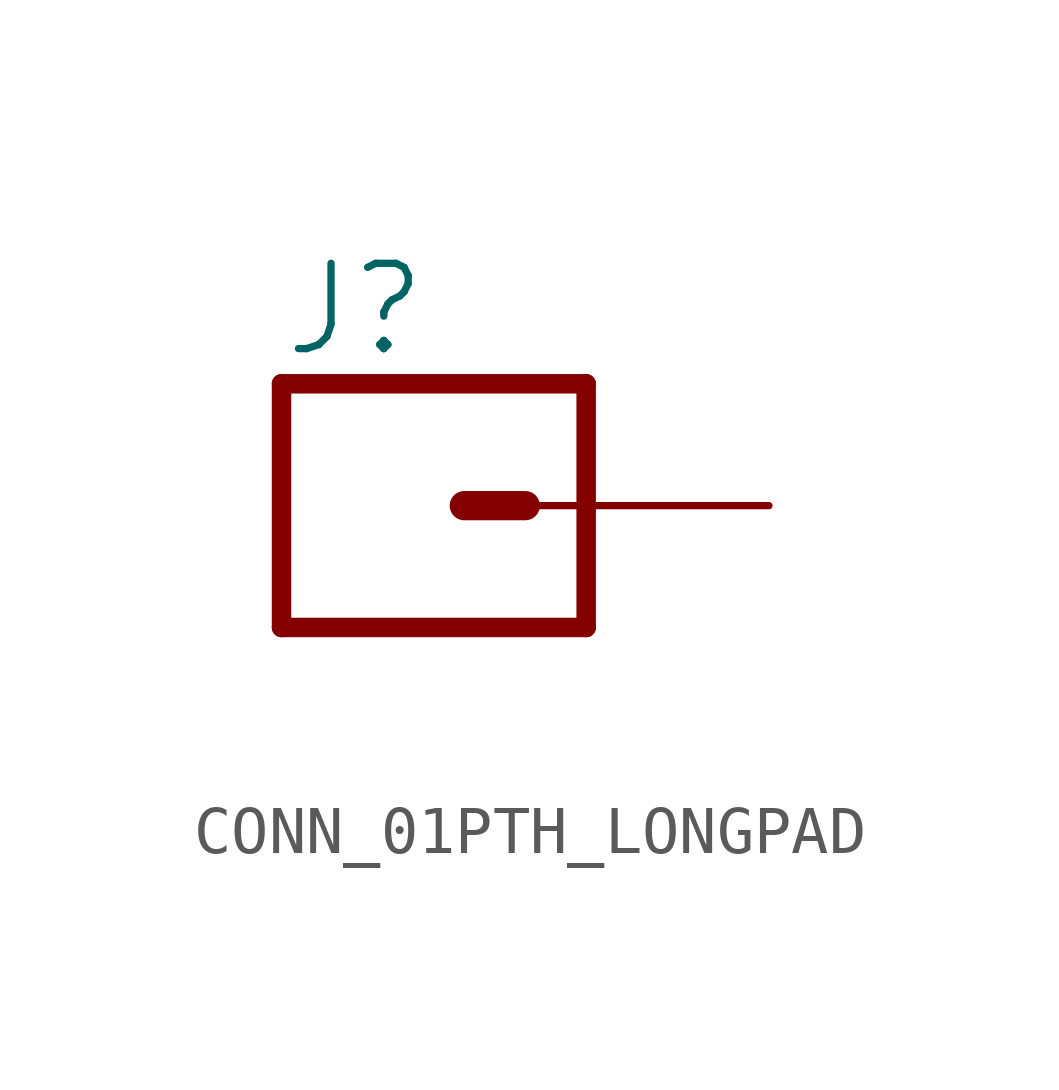
<source format=kicad_sym>
(kicad_symbol_lib
  (version 20220914)
  (generator kicad_symbol_editor)
  (symbol "CONN_01PTH_LONGPAD"
    (property "Reference" "J"
      (at -2.54 3.048 0)
      (effects (font (size 1.778 1.778)) (justify left bottom)))
    (property "Value" ""
      (at -2.54 -4.826 0)
      (effects (font (size 1.778 1.778)) (justify left bottom)))
    (property "ki_locked" ""
      (at 0 0 0)
      (effects (font (size 1.27 1.27))))
    (symbol "CONN_01PTH_LONGPAD_1_0"
      (polyline (pts (xy -2.54 2.54) (xy -2.54 -2.54)) (stroke (width 0.406) (type solid)) (fill (type none)))
      (polyline (pts (xy -2.54 2.54) (xy 3.81 2.54)) (stroke (width 0.406) (type solid)) (fill (type none)))
      (polyline (pts (xy 1.27 0) (xy 2.54 0)) (stroke (width 0.61) (type solid)) (fill (type none)))
      (polyline (pts (xy 3.81 -2.54) (xy -2.54 -2.54)) (stroke (width 0.406) (type solid)) (fill (type none)))
      (polyline (pts (xy 3.81 -2.54) (xy 3.81 2.54)) (stroke (width 0.406) (type solid)) (fill (type none)))
      (pin passive line (at 7.62 0 180) (length 5.08) (name "1" (effects (font (size 0 0)))) (number "1" (effects (font (size 0 0))))))))
</source>
